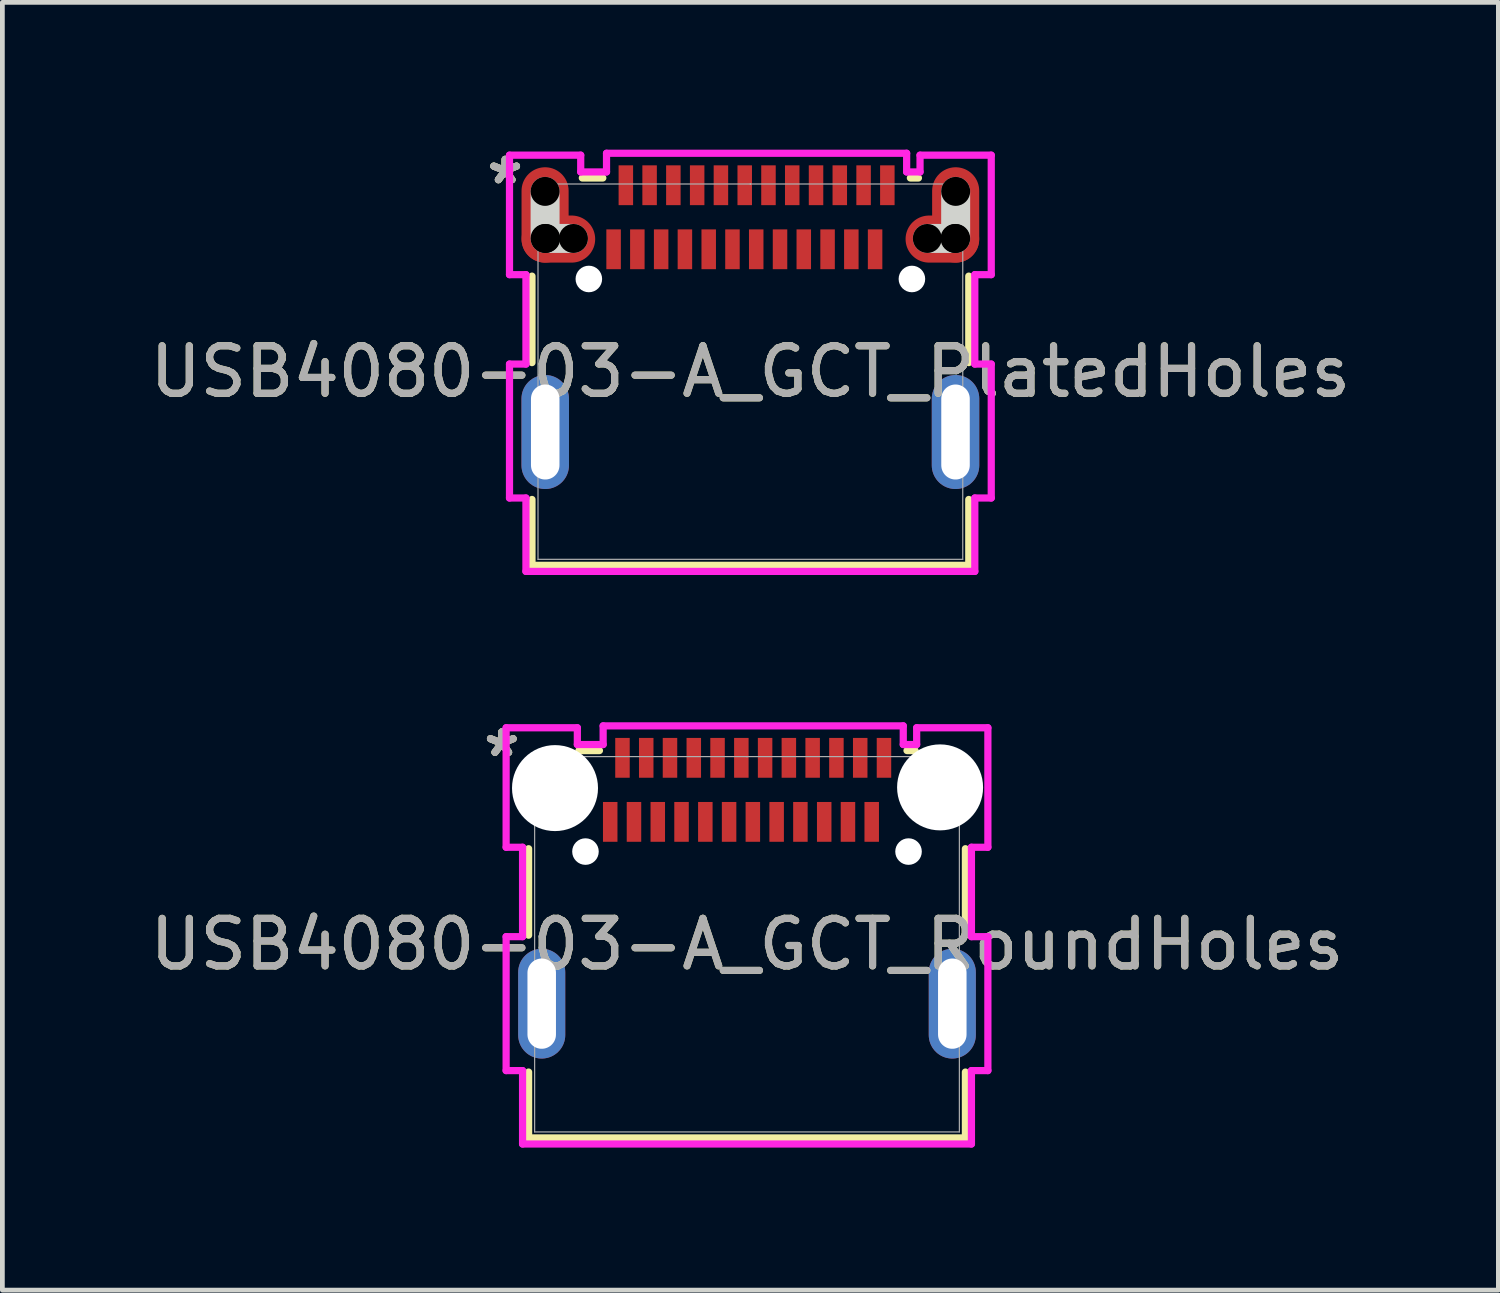
<source format=kicad_pcb>
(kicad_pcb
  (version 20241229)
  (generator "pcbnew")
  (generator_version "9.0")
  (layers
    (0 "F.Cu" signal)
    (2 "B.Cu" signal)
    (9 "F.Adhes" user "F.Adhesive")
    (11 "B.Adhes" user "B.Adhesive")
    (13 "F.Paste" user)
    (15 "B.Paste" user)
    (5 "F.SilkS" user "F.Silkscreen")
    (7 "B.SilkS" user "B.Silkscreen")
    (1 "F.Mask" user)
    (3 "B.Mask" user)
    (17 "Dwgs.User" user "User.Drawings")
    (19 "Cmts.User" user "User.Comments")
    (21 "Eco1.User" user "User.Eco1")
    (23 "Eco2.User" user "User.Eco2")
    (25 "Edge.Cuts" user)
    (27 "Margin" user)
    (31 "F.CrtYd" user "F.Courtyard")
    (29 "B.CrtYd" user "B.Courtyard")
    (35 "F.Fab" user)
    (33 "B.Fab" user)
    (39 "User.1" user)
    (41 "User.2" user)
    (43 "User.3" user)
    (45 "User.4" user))
  (footprint "USB4080-03-A_GCT_PlatedHoles"
    (layer "F.Cu")
    (at 12.744 4.773)
    (property "Reference" "USB4080-03-A_GCT_PlatedHoles" (at 0 0 0) (unlocked yes) (layer "F.SilkS") (effects (font (size 1 1) (thickness 0.15))))
    (attr smd)
    (fp_line (start -4.597 -2.011) (end -4.597 -0.191) (stroke (width 0.152) (type solid)) (layer "F.SilkS"))
    (fp_line (start -4.597 2.69) (end -4.597 4.077) (stroke (width 0.152) (type solid)) (layer "F.SilkS"))
    (fp_line (start -4.597 4.077) (end 4.597 4.077) (stroke (width 0.152) (type solid)) (layer "F.SilkS"))
    (fp_line (start -3.106 -4.077) (end -3.537 -4.077) (stroke (width 0.152) (type solid)) (layer "F.SilkS"))
    (fp_line (start 3.537 -4.077) (end 3.368 -4.077) (stroke (width 0.152) (type solid)) (layer "F.SilkS"))
    (fp_line (start 4.597 -0.191) (end 4.597 -2.011) (stroke (width 0.152) (type solid)) (layer "F.SilkS"))
    (fp_line (start 4.597 4.077) (end 4.597 2.69) (stroke (width 0.152) (type solid)) (layer "F.SilkS"))
    (fp_line (start -4.321 -2.804) (end -4.321 -3.795) (stroke (width 0.61) (type solid)) (layer "Edge.Cuts"))
    (fp_line (start -4.308 -2.804) (end -3.724 -2.804) (stroke (width 0.61) (type solid)) (layer "Edge.Cuts"))
    (fp_line (start 3.724 -2.804) (end 4.308 -2.804) (stroke (width 0.61) (type solid)) (layer "Edge.Cuts"))
    (fp_line (start 4.321 -2.804) (end 4.321 -3.795) (stroke (width 0.61) (type solid)) (layer "Edge.Cuts"))
    (fp_line (start -5.07 -4.557) (end -5.07 -2.042) (stroke (width 0.152) (type solid)) (layer "F.CrtYd"))
    (fp_line (start -5.07 -2.042) (end -4.724 -2.042) (stroke (width 0.152) (type solid)) (layer "F.CrtYd"))
    (fp_line (start -5.07 -0.16) (end -5.07 2.659) (stroke (width 0.152) (type solid)) (layer "F.CrtYd"))
    (fp_line (start -5.07 2.659) (end -4.724 2.659) (stroke (width 0.152) (type solid)) (layer "F.CrtYd"))
    (fp_line (start -4.724 -2.042) (end -4.724 -0.16) (stroke (width 0.152) (type solid)) (layer "F.CrtYd"))
    (fp_line (start -4.724 -0.16) (end -5.07 -0.16) (stroke (width 0.152) (type solid)) (layer "F.CrtYd"))
    (fp_line (start -4.724 2.659) (end -4.724 4.204) (stroke (width 0.152) (type solid)) (layer "F.CrtYd"))
    (fp_line (start -4.724 4.204) (end 4.724 4.204) (stroke (width 0.152) (type solid)) (layer "F.CrtYd"))
    (fp_line (start -3.571 -4.557) (end -5.07 -4.557) (stroke (width 0.152) (type solid)) (layer "F.CrtYd"))
    (fp_line (start -3.571 -4.204) (end -3.571 -4.557) (stroke (width 0.152) (type solid)) (layer "F.CrtYd"))
    (fp_line (start -3.028 -4.597) (end -3.028 -4.204) (stroke (width 0.152) (type solid)) (layer "F.CrtYd"))
    (fp_line (start -3.028 -4.204) (end -3.571 -4.204) (stroke (width 0.152) (type solid)) (layer "F.CrtYd"))
    (fp_line (start 3.289 -4.597) (end -3.028 -4.597) (stroke (width 0.152) (type solid)) (layer "F.CrtYd"))
    (fp_line (start 3.289 -4.204) (end 3.289 -4.597) (stroke (width 0.152) (type solid)) (layer "F.CrtYd"))
    (fp_line (start 3.571 -4.557) (end 3.571 -4.204) (stroke (width 0.152) (type solid)) (layer "F.CrtYd"))
    (fp_line (start 3.571 -4.204) (end 3.289 -4.204) (stroke (width 0.152) (type solid)) (layer "F.CrtYd"))
    (fp_line (start 4.724 -2.042) (end 5.07 -2.042) (stroke (width 0.152) (type solid)) (layer "F.CrtYd"))
    (fp_line (start 4.724 -0.16) (end 4.724 -2.042) (stroke (width 0.152) (type solid)) (layer "F.CrtYd"))
    (fp_line (start 4.724 2.659) (end 5.07 2.659) (stroke (width 0.152) (type solid)) (layer "F.CrtYd"))
    (fp_line (start 4.724 4.204) (end 4.724 2.659) (stroke (width 0.152) (type solid)) (layer "F.CrtYd"))
    (fp_line (start 5.07 -4.557) (end 3.571 -4.557) (stroke (width 0.152) (type solid)) (layer "F.CrtYd"))
    (fp_line (start 5.07 -2.042) (end 5.07 -4.557) (stroke (width 0.152) (type solid)) (layer "F.CrtYd"))
    (fp_line (start 5.07 -0.16) (end 4.724 -0.16) (stroke (width 0.152) (type solid)) (layer "F.CrtYd"))
    (fp_line (start 5.07 2.659) (end 5.07 -0.16) (stroke (width 0.152) (type solid)) (layer "F.CrtYd"))
    (fp_line (start -4.47 -3.95) (end -4.47 3.95) (stroke (width 0.025) (type solid)) (layer "F.Fab"))
    (fp_line (start -4.47 3.95) (end 4.47 3.95) (stroke (width 0.025) (type solid)) (layer "F.Fab"))
    (fp_line (start 0 -3.95) (end 0 -3.95) (stroke (width 0.025) (type solid)) (layer "F.Fab"))
    (fp_line (start 0 -3.95) (end 0 -3.95) (stroke (width 0.025) (type solid)) (layer "F.Fab"))
    (fp_line (start 0 -3.95) (end 0 -3.95) (stroke (width 0.025) (type solid)) (layer "F.Fab"))
    (fp_line (start 0 -3.95) (end 0 -3.95) (stroke (width 0.025) (type solid)) (layer "F.Fab"))
    (fp_line (start 4.47 -3.95) (end -4.47 -3.95) (stroke (width 0.025) (type solid)) (layer "F.Fab"))
    (fp_line (start 4.47 3.95) (end 4.47 -3.95) (stroke (width 0.025) (type solid)) (layer "F.Fab"))
    (fp_text user "*" (at -5.161 -3.924 0) (layer "F.SilkS") (effects (font (size 1 1) (thickness 0.15))))
    (fp_text user "*" (at -5.161 -3.924 0) (unlocked yes) (layer "F.SilkS") (effects (font (size 1 1) (thickness 0.15))))
    (fp_text user "*" (at -5.161 -3.924 0) (unlocked yes) (layer "F.Fab") (effects (font (size 1 1) (thickness 0.15))))
    (fp_text user "${REFERENCE}" (at 0 0 0) (unlocked yes) (layer "F.Fab") (effects (font (size 1 1) (thickness 0.15))))
    (fp_text user "*" (at -5.161 -3.924 0) (layer "F.Fab") (effects (font (size 1 1) (thickness 0.15))))
    (pad "" np_thru_hole circle (at -4.321 -3.795) (size 0.61 0.61) (drill 0.61) (layers))
    (pad "" np_thru_hole circle (at -4.321 -2.804) (size 0.61 0.61) (drill 0.61) (layers))
    (pad "" np_thru_hole circle (at -4.308 -2.804) (size 0.61 0.61) (drill 0.61) (layers))
    (pad "" np_thru_hole circle (at -3.724 -2.804) (size 0.61 0.61) (drill 0.61) (layers))
    (pad "" np_thru_hole circle (at -3.4 -1.951) (size 0.559 0.559) (drill 0.559) (layers "*.Cu" "*.Mask"))
    (pad "" np_thru_hole circle (at 3.4 -1.951) (size 0.559 0.559) (drill 0.559) (layers "*.Cu" "*.Mask"))
    (pad "" np_thru_hole circle (at 3.724 -2.804) (size 0.61 0.61) (drill 0.61) (layers))
    (pad "" np_thru_hole circle (at 4.308 -2.804) (size 0.61 0.61) (drill 0.61) (layers))
    (pad "" np_thru_hole circle (at 4.321 -3.795) (size 0.61 0.61) (drill 0.61) (layers))
    (pad "" np_thru_hole circle (at 4.321 -2.804) (size 0.61 0.61) (drill 0.61) (layers))
    (pad "27" thru_hole oval (at -4.318 1.27) (size 1 2.4) (drill oval 0.6 2) (layers "*.Cu" "*.Mask"))
    (pad "28" thru_hole oval (at 4.318 1.27) (size 1 2.4) (drill oval 0.6 2) (layers "*.Cu" "*.Mask"))
    (pad "29" smd oval (at -4.321 -3.299) (size 0.991 2.007) (layers "F.Cu" "F.Mask" "F.Paste"))
    (pad "30" smd oval (at 4.321 -3.299) (size 0.991 2.007) (layers "F.Cu" "F.Mask" "F.Paste"))
    (pad "31" smd oval (at -4.041 -2.791) (size 1.549 0.991) (layers "F.Cu" "F.Mask" "F.Paste"))
    (pad "32" smd oval (at 4.041 -2.791) (size 1.549 0.991) (layers "F.Cu" "F.Mask" "F.Paste"))
    (pad "A1" smd rect (at -2.621 -3.924) (size 0.305 0.838) (layers "F.Cu" "F.Mask" "F.Paste"))
    (pad "A2" smd rect (at -2.121 -3.924) (size 0.305 0.838) (layers "F.Cu" "F.Mask" "F.Paste"))
    (pad "A3" smd rect (at -1.621 -3.924) (size 0.305 0.838) (layers "F.Cu" "F.Mask" "F.Paste"))
    (pad "A4" smd rect (at -1.12 -3.924) (size 0.305 0.838) (layers "F.Cu" "F.Mask" "F.Paste"))
    (pad "A5" smd rect (at -0.62 -3.924) (size 0.305 0.838) (layers "F.Cu" "F.Mask" "F.Paste"))
    (pad "A6" smd rect (at -0.119 -3.924) (size 0.305 0.838) (layers "F.Cu" "F.Mask" "F.Paste"))
    (pad "A7" smd rect (at 0.381 -3.924) (size 0.305 0.838) (layers "F.Cu" "F.Mask" "F.Paste"))
    (pad "A8" smd rect (at 0.881 -3.924) (size 0.305 0.838) (layers "F.Cu" "F.Mask" "F.Paste"))
    (pad "A9" smd rect (at 1.382 -3.924) (size 0.305 0.838) (layers "F.Cu" "F.Mask" "F.Paste"))
    (pad "A10" smd rect (at 1.882 -3.924) (size 0.305 0.838) (layers "F.Cu" "F.Mask" "F.Paste"))
    (pad "A11" smd rect (at 2.383 -3.924) (size 0.305 0.838) (layers "F.Cu" "F.Mask" "F.Paste"))
    (pad "A12" smd rect (at 2.883 -3.924) (size 0.305 0.838) (layers "F.Cu" "F.Mask" "F.Paste"))
    (pad "B1" smd rect (at 2.625 -2.576) (size 0.305 0.838) (layers "F.Cu" "F.Mask" "F.Paste"))
    (pad "B2" smd rect (at 2.125 -2.576) (size 0.305 0.838) (layers "F.Cu" "F.Mask" "F.Paste"))
    (pad "B3" smd rect (at 1.625 -2.576) (size 0.305 0.838) (layers "F.Cu" "F.Mask" "F.Paste"))
    (pad "B4" smd rect (at 1.124 -2.576) (size 0.305 0.838) (layers "F.Cu" "F.Mask" "F.Paste"))
    (pad "B5" smd rect (at 0.624 -2.576) (size 0.305 0.838) (layers "F.Cu" "F.Mask" "F.Paste"))
    (pad "B6" smd rect (at 0.123 -2.576) (size 0.305 0.838) (layers "F.Cu" "F.Mask" "F.Paste"))
    (pad "B7" smd rect (at -0.377 -2.576) (size 0.305 0.838) (layers "F.Cu" "F.Mask" "F.Paste"))
    (pad "B8" smd rect (at -0.877 -2.576) (size 0.305 0.838) (layers "F.Cu" "F.Mask" "F.Paste"))
    (pad "B9" smd rect (at -1.378 -2.576) (size 0.305 0.838) (layers "F.Cu" "F.Mask" "F.Paste"))
    (pad "B10" smd rect (at -1.878 -2.576) (size 0.305 0.838) (layers "F.Cu" "F.Mask" "F.Paste"))
    (pad "B11" smd rect (at -2.379 -2.576) (size 0.305 0.838) (layers "F.Cu" "F.Mask" "F.Paste"))
    (pad "B12" smd rect (at -2.879 -2.576) (size 0.305 0.838) (layers "F.Cu" "F.Mask" "F.Paste")))
  (footprint "USB4080-03-A_GCT_RoundHoles"
    (layer "F.Cu")
    (at 12.673 16.825)
    (property "Reference" "USB4080-03-A_GCT_RoundHoles" (at 0 0 0) (unlocked yes) (layer "F.SilkS") (effects (font (size 1 1) (thickness 0.15))))
    (attr smd)
    (fp_line (start -4.597 -2.011) (end -4.597 -0.191) (stroke (width 0.152) (type solid)) (layer "F.SilkS"))
    (fp_line (start -4.597 2.69) (end -4.597 4.077) (stroke (width 0.152) (type solid)) (layer "F.SilkS"))
    (fp_line (start -4.597 4.077) (end 4.597 4.077) (stroke (width 0.152) (type solid)) (layer "F.SilkS"))
    (fp_line (start -3.106 -4.077) (end -3.537 -4.077) (stroke (width 0.152) (type solid)) (layer "F.SilkS"))
    (fp_line (start 3.537 -4.077) (end 3.368 -4.077) (stroke (width 0.152) (type solid)) (layer "F.SilkS"))
    (fp_line (start 4.597 -0.191) (end 4.597 -2.011) (stroke (width 0.152) (type solid)) (layer "F.SilkS"))
    (fp_line (start 4.597 4.077) (end 4.597 2.69) (stroke (width 0.152) (type solid)) (layer "F.SilkS"))
    (fp_line (start -5.07 -4.557) (end -5.07 -2.042) (stroke (width 0.152) (type solid)) (layer "F.CrtYd"))
    (fp_line (start -5.07 -2.042) (end -4.724 -2.042) (stroke (width 0.152) (type solid)) (layer "F.CrtYd"))
    (fp_line (start -5.07 -0.16) (end -5.07 2.659) (stroke (width 0.152) (type solid)) (layer "F.CrtYd"))
    (fp_line (start -5.07 2.659) (end -4.724 2.659) (stroke (width 0.152) (type solid)) (layer "F.CrtYd"))
    (fp_line (start -4.724 -2.042) (end -4.724 -0.16) (stroke (width 0.152) (type solid)) (layer "F.CrtYd"))
    (fp_line (start -4.724 -0.16) (end -5.07 -0.16) (stroke (width 0.152) (type solid)) (layer "F.CrtYd"))
    (fp_line (start -4.724 2.659) (end -4.724 4.204) (stroke (width 0.152) (type solid)) (layer "F.CrtYd"))
    (fp_line (start -4.724 4.204) (end 4.724 4.204) (stroke (width 0.152) (type solid)) (layer "F.CrtYd"))
    (fp_line (start -3.571 -4.557) (end -5.07 -4.557) (stroke (width 0.152) (type solid)) (layer "F.CrtYd"))
    (fp_line (start -3.571 -4.204) (end -3.571 -4.557) (stroke (width 0.152) (type solid)) (layer "F.CrtYd"))
    (fp_line (start -3.028 -4.597) (end -3.028 -4.204) (stroke (width 0.152) (type solid)) (layer "F.CrtYd"))
    (fp_line (start -3.028 -4.204) (end -3.571 -4.204) (stroke (width 0.152) (type solid)) (layer "F.CrtYd"))
    (fp_line (start 3.289 -4.597) (end -3.028 -4.597) (stroke (width 0.152) (type solid)) (layer "F.CrtYd"))
    (fp_line (start 3.289 -4.204) (end 3.289 -4.597) (stroke (width 0.152) (type solid)) (layer "F.CrtYd"))
    (fp_line (start 3.571 -4.557) (end 3.571 -4.204) (stroke (width 0.152) (type solid)) (layer "F.CrtYd"))
    (fp_line (start 3.571 -4.204) (end 3.289 -4.204) (stroke (width 0.152) (type solid)) (layer "F.CrtYd"))
    (fp_line (start 4.724 -2.042) (end 5.07 -2.042) (stroke (width 0.152) (type solid)) (layer "F.CrtYd"))
    (fp_line (start 4.724 -0.16) (end 4.724 -2.042) (stroke (width 0.152) (type solid)) (layer "F.CrtYd"))
    (fp_line (start 4.724 2.659) (end 5.07 2.659) (stroke (width 0.152) (type solid)) (layer "F.CrtYd"))
    (fp_line (start 4.724 4.204) (end 4.724 2.659) (stroke (width 0.152) (type solid)) (layer "F.CrtYd"))
    (fp_line (start 5.07 -4.557) (end 3.571 -4.557) (stroke (width 0.152) (type solid)) (layer "F.CrtYd"))
    (fp_line (start 5.07 -2.042) (end 5.07 -4.557) (stroke (width 0.152) (type solid)) (layer "F.CrtYd"))
    (fp_line (start 5.07 -0.16) (end 4.724 -0.16) (stroke (width 0.152) (type solid)) (layer "F.CrtYd"))
    (fp_line (start 5.07 2.659) (end 5.07 -0.16) (stroke (width 0.152) (type solid)) (layer "F.CrtYd"))
    (fp_line (start -4.47 -3.95) (end -4.47 3.95) (stroke (width 0.025) (type solid)) (layer "F.Fab"))
    (fp_line (start -4.47 3.95) (end 4.47 3.95) (stroke (width 0.025) (type solid)) (layer "F.Fab"))
    (fp_line (start 0 -3.95) (end 0 -3.95) (stroke (width 0.025) (type solid)) (layer "F.Fab"))
    (fp_line (start 0 -3.95) (end 0 -3.95) (stroke (width 0.025) (type solid)) (layer "F.Fab"))
    (fp_line (start 0 -3.95) (end 0 -3.95) (stroke (width 0.025) (type solid)) (layer "F.Fab"))
    (fp_line (start 0 -3.95) (end 0 -3.95) (stroke (width 0.025) (type solid)) (layer "F.Fab"))
    (fp_line (start 4.47 -3.95) (end -4.47 -3.95) (stroke (width 0.025) (type solid)) (layer "F.Fab"))
    (fp_line (start 4.47 3.95) (end 4.47 -3.95) (stroke (width 0.025) (type solid)) (layer "F.Fab"))
    (fp_text user "*" (at -5.161 -3.924 0) (unlocked yes) (layer "F.SilkS") (effects (font (size 1 1) (thickness 0.15))))
    (fp_text user "*" (at -5.161 -3.924 0) (layer "F.SilkS") (effects (font (size 1 1) (thickness 0.15))))
    (fp_text user "*" (at -5.161 -3.924 0) (layer "F.Fab") (effects (font (size 1 1) (thickness 0.15))))
    (fp_text user "${REFERENCE}" (at 0 0 0) (unlocked yes) (layer "F.Fab") (effects (font (size 1 1) (thickness 0.15))))
    (fp_text user "*" (at -5.161 -3.924 0) (unlocked yes) (layer "F.Fab") (effects (font (size 1 1) (thickness 0.15))))
    (pad "" np_thru_hole circle (at -4.041 -3.287) (size 1.81 1.81) (drill oval 1.81) (layers "*.Cu" "*.Mask"))
    (pad "" np_thru_hole circle (at -3.4 -1.951) (size 0.559 0.559) (drill 0.559) (layers "*.Cu" "*.Mask"))
    (pad "" np_thru_hole circle (at 3.4 -1.951) (size 0.559 0.559) (drill 0.559) (layers "*.Cu" "*.Mask"))
    (pad "" np_thru_hole circle (at 4.064 -3.302) (size 1.81 1.81) (drill oval 1.81) (layers "*.Cu" "*.Mask"))
    (pad "27" thru_hole oval (at -4.321 1.25) (size 0.991 2.311) (drill oval 0.6 1.9) (layers "*.Cu" "*.Mask"))
    (pad "28" thru_hole oval (at 4.321 1.25) (size 0.991 2.311) (drill oval 0.6 1.9) (layers "*.Cu" "*.Mask"))
    (pad "A1" smd rect (at -2.621 -3.924) (size 0.305 0.838) (layers "F.Cu" "F.Mask" "F.Paste"))
    (pad "A2" smd rect (at -2.121 -3.924) (size 0.305 0.838) (layers "F.Cu" "F.Mask" "F.Paste"))
    (pad "A3" smd rect (at -1.621 -3.924) (size 0.305 0.838) (layers "F.Cu" "F.Mask" "F.Paste"))
    (pad "A4" smd rect (at -1.12 -3.924) (size 0.305 0.838) (layers "F.Cu" "F.Mask" "F.Paste"))
    (pad "A5" smd rect (at -0.62 -3.924) (size 0.305 0.838) (layers "F.Cu" "F.Mask" "F.Paste"))
    (pad "A6" smd rect (at -0.119 -3.924) (size 0.305 0.838) (layers "F.Cu" "F.Mask" "F.Paste"))
    (pad "A7" smd rect (at 0.381 -3.924) (size 0.305 0.838) (layers "F.Cu" "F.Mask" "F.Paste"))
    (pad "A8" smd rect (at 0.881 -3.924) (size 0.305 0.838) (layers "F.Cu" "F.Mask" "F.Paste"))
    (pad "A9" smd rect (at 1.382 -3.924) (size 0.305 0.838) (layers "F.Cu" "F.Mask" "F.Paste"))
    (pad "A10" smd rect (at 1.882 -3.924) (size 0.305 0.838) (layers "F.Cu" "F.Mask" "F.Paste"))
    (pad "A11" smd rect (at 2.383 -3.924) (size 0.305 0.838) (layers "F.Cu" "F.Mask" "F.Paste"))
    (pad "A12" smd rect (at 2.883 -3.924) (size 0.305 0.838) (layers "F.Cu" "F.Mask" "F.Paste"))
    (pad "B1" smd rect (at 2.625 -2.576) (size 0.305 0.838) (layers "F.Cu" "F.Mask" "F.Paste"))
    (pad "B2" smd rect (at 2.125 -2.576) (size 0.305 0.838) (layers "F.Cu" "F.Mask" "F.Paste"))
    (pad "B3" smd rect (at 1.625 -2.576) (size 0.305 0.838) (layers "F.Cu" "F.Mask" "F.Paste"))
    (pad "B4" smd rect (at 1.124 -2.576) (size 0.305 0.838) (layers "F.Cu" "F.Mask" "F.Paste"))
    (pad "B5" smd rect (at 0.624 -2.576) (size 0.305 0.838) (layers "F.Cu" "F.Mask" "F.Paste"))
    (pad "B6" smd rect (at 0.123 -2.576) (size 0.305 0.838) (layers "F.Cu" "F.Mask" "F.Paste"))
    (pad "B7" smd rect (at -0.377 -2.576) (size 0.305 0.838) (layers "F.Cu" "F.Mask" "F.Paste"))
    (pad "B8" smd rect (at -0.877 -2.576) (size 0.305 0.838) (layers "F.Cu" "F.Mask" "F.Paste"))
    (pad "B9" smd rect (at -1.378 -2.576) (size 0.305 0.838) (layers "F.Cu" "F.Mask" "F.Paste"))
    (pad "B10" smd rect (at -1.878 -2.576) (size 0.305 0.838) (layers "F.Cu" "F.Mask" "F.Paste"))
    (pad "B11" smd rect (at -2.379 -2.576) (size 0.305 0.838) (layers "F.Cu" "F.Mask" "F.Paste"))
    (pad "B12" smd rect (at -2.879 -2.576) (size 0.305 0.838) (layers "F.Cu" "F.Mask" "F.Paste")))
  (gr_rect
    (start -3 -3)
    (end 28.488 24.105)
    (stroke (width 0.1) (type default))
    (fill no)
    (layer "Edge.Cuts")))
</source>
